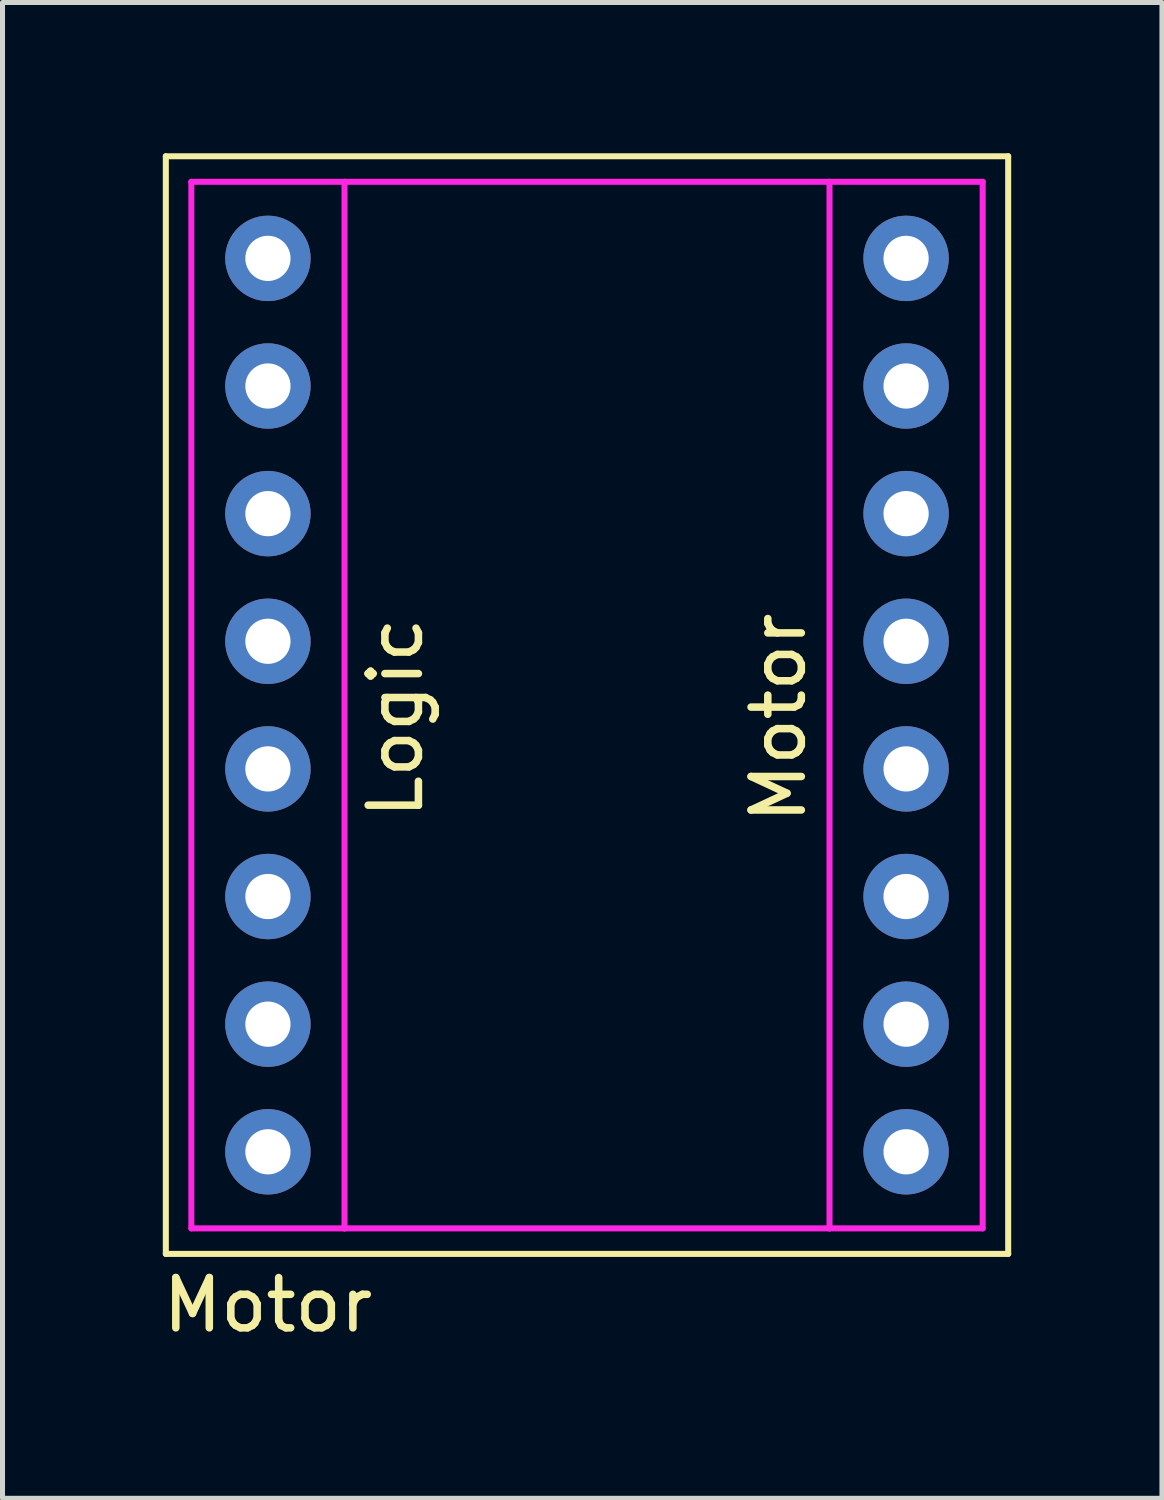
<source format=kicad_pcb>
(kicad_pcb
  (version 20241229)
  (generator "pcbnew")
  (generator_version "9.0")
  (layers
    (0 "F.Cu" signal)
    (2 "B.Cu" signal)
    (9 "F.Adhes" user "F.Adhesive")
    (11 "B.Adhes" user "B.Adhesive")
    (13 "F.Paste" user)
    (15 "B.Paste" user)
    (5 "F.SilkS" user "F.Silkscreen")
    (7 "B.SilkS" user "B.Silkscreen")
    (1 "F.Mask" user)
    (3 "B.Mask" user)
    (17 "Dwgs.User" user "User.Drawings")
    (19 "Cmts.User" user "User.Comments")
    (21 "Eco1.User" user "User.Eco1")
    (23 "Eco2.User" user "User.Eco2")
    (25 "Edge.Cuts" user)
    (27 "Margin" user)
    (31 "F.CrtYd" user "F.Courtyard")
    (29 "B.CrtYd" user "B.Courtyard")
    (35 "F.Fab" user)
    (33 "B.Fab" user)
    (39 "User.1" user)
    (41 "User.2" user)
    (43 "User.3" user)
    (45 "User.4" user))
  (footprint "Motor"
    (layer "F.Cu")
    (at 0.25 21.904)
    (property "Reference" "Motor" (at 2.032 1.016 0) (layer "F.SilkS") (effects (font (size 1 1) (thickness 0.15))))
    (attr through_hole)
    (fp_line (start 0 -21.844) (end 0 0) (stroke (width 0.12) (type solid)) (layer "F.SilkS"))
    (fp_line (start 0 0) (end 16.764 0) (stroke (width 0.12) (type solid)) (layer "F.SilkS"))
    (fp_line (start 16.764 -21.844) (end 0 -21.844) (stroke (width 0.12) (type solid)) (layer "F.SilkS"))
    (fp_line (start 16.764 0) (end 16.764 -21.844) (stroke (width 0.12) (type solid)) (layer "F.SilkS"))
    (fp_line (start 0.508 -21.336) (end 0.508 -0.508) (stroke (width 0.12) (type solid)) (layer "F.CrtYd"))
    (fp_line (start 0.508 -0.508) (end 3.556 -0.508) (stroke (width 0.12) (type solid)) (layer "F.CrtYd"))
    (fp_line (start 3.556 -21.336) (end 0.508 -21.336) (stroke (width 0.12) (type solid)) (layer "F.CrtYd"))
    (fp_line (start 3.556 -0.508) (end 3.556 -21.336) (stroke (width 0.12) (type solid)) (layer "F.CrtYd"))
    (fp_line (start 3.556 -0.508) (end 13.208 -0.508) (stroke (width 0.12) (type solid)) (layer "F.CrtYd"))
    (fp_line (start 13.208 -21.336) (end 3.556 -21.336) (stroke (width 0.12) (type solid)) (layer "F.CrtYd"))
    (fp_line (start 13.208 -21.336) (end 13.208 -0.508) (stroke (width 0.12) (type solid)) (layer "F.CrtYd"))
    (fp_line (start 13.208 -0.508) (end 16.256 -0.508) (stroke (width 0.12) (type solid)) (layer "F.CrtYd"))
    (fp_line (start 16.256 -21.336) (end 13.208 -21.336) (stroke (width 0.12) (type solid)) (layer "F.CrtYd"))
    (fp_line (start 16.256 -0.508) (end 16.256 -21.336) (stroke (width 0.12) (type solid)) (layer "F.CrtYd"))
    (fp_text user "Logic" (at 4.572 -10.668 90) (layer "F.SilkS") (effects (font (size 1 1) (thickness 0.15))))
    (fp_text user "Motor" (at 12.192 -10.668 90) (layer "F.SilkS") (effects (font (size 1 1) (thickness 0.15))))
    (pad "1" thru_hole circle (at 2.032 -19.812) (size 1.7 1.7) (drill 0.9) (layers "*.Cu" "*.Mask"))
    (pad "2" thru_hole circle (at 2.032 -17.272) (size 1.7 1.7) (drill 0.9) (layers "*.Cu" "*.Mask"))
    (pad "3" thru_hole circle (at 2.032 -14.732) (size 1.7 1.7) (drill 0.9) (layers "*.Cu" "*.Mask"))
    (pad "4" thru_hole circle (at 2.032 -12.192) (size 1.7 1.7) (drill 0.9) (layers "*.Cu" "*.Mask"))
    (pad "5" thru_hole circle (at 2.032 -9.652) (size 1.7 1.7) (drill 0.9) (layers "*.Cu" "*.Mask"))
    (pad "6" thru_hole circle (at 2.032 -7.112) (size 1.7 1.7) (drill 0.9) (layers "*.Cu" "*.Mask"))
    (pad "7" thru_hole circle (at 2.032 -4.572) (size 1.7 1.7) (drill 0.9) (layers "*.Cu" "*.Mask"))
    (pad "8" thru_hole circle (at 2.032 -2.032) (size 1.7 1.7) (drill 0.9) (layers "*.Cu" "*.Mask"))
    (pad "9" thru_hole circle (at 14.732 -2.032) (size 1.7 1.7) (drill 0.9) (layers "*.Cu" "*.Mask"))
    (pad "10" thru_hole circle (at 14.732 -4.572) (size 1.7 1.7) (drill 0.9) (layers "*.Cu" "*.Mask"))
    (pad "11" thru_hole circle (at 14.732 -7.112) (size 1.7 1.7) (drill 0.9) (layers "*.Cu" "*.Mask"))
    (pad "12" thru_hole circle (at 14.732 -9.652) (size 1.7 1.7) (drill 0.9) (layers "*.Cu" "*.Mask"))
    (pad "13" thru_hole circle (at 14.732 -12.192) (size 1.7 1.7) (drill 0.9) (layers "*.Cu" "*.Mask"))
    (pad "14" thru_hole circle (at 14.732 -14.732) (size 1.7 1.7) (drill 0.9) (layers "*.Cu" "*.Mask"))
    (pad "15" thru_hole circle (at 14.732 -17.272) (size 1.7 1.7) (drill 0.9) (layers "*.Cu" "*.Mask"))
    (pad "16" thru_hole circle (at 14.732 -19.812) (size 1.7 1.7) (drill 0.9) (layers "*.Cu" "*.Mask")))
  (gr_rect
    (start -3 -3)
    (end 20.074 26.768)
    (stroke (width 0.1) (type default))
    (fill no)
    (layer "Edge.Cuts")))
</source>
